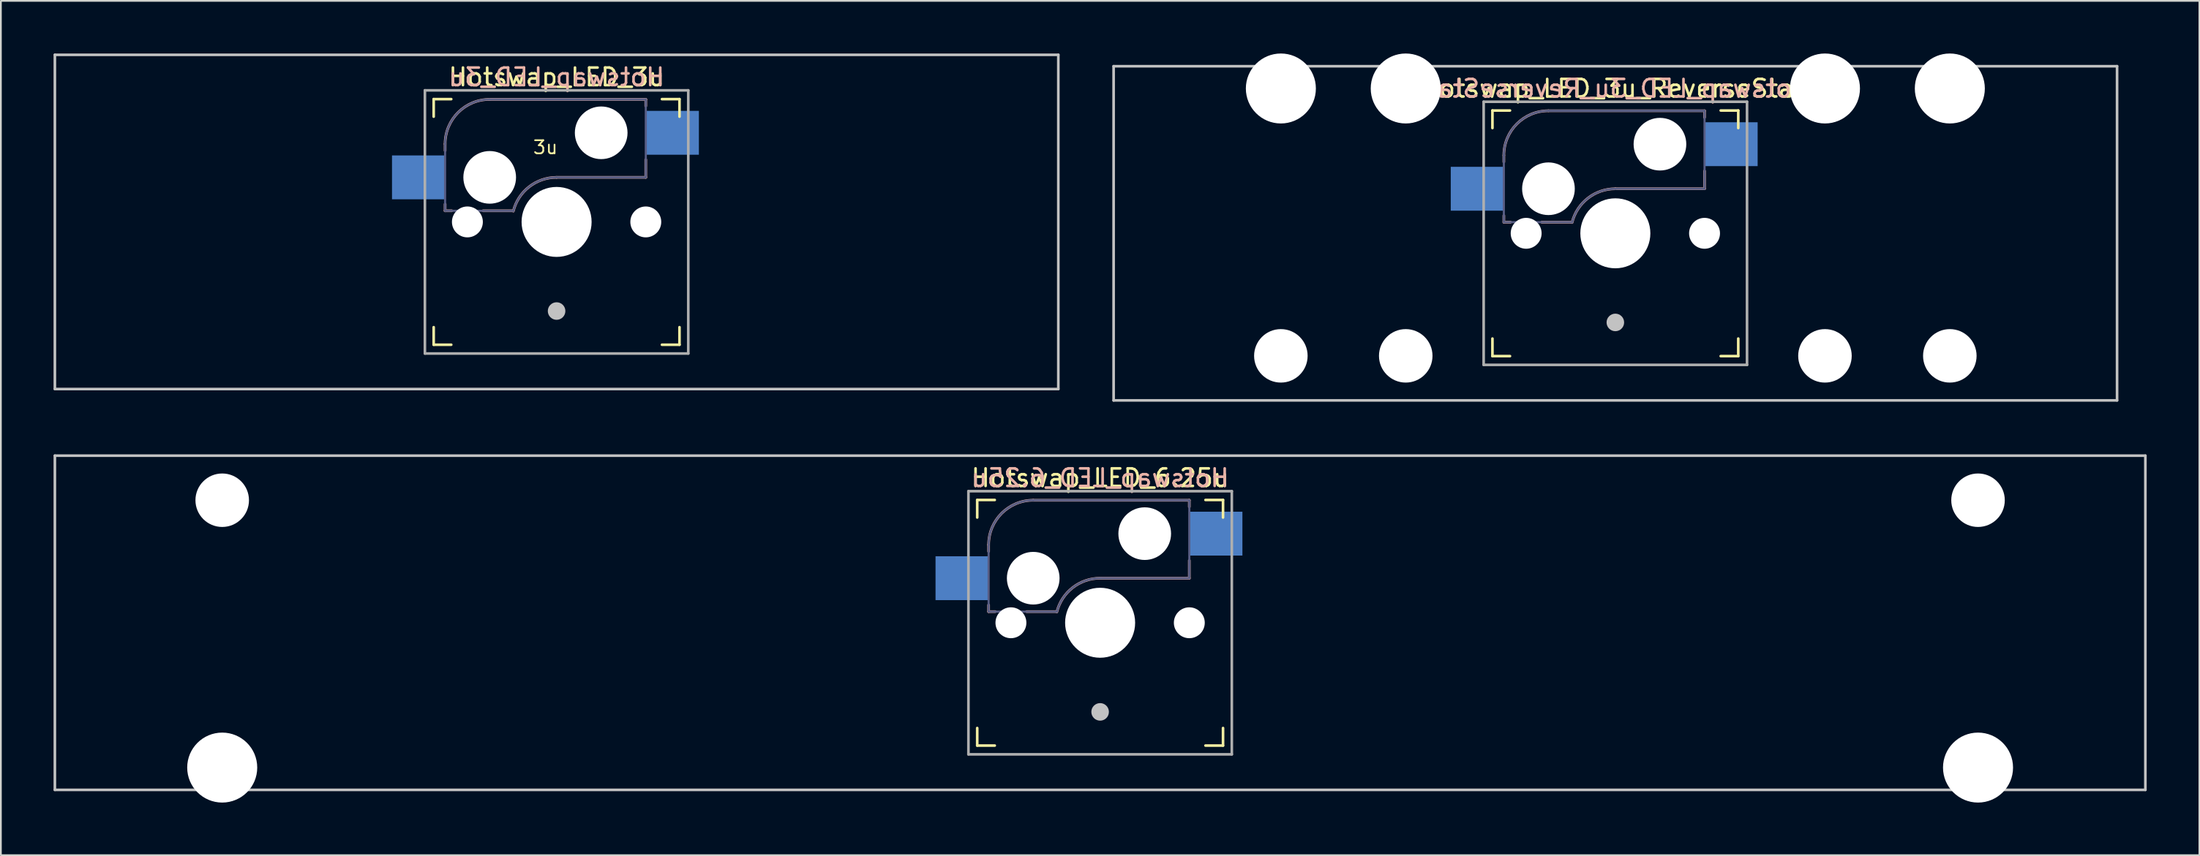
<source format=kicad_pcb>
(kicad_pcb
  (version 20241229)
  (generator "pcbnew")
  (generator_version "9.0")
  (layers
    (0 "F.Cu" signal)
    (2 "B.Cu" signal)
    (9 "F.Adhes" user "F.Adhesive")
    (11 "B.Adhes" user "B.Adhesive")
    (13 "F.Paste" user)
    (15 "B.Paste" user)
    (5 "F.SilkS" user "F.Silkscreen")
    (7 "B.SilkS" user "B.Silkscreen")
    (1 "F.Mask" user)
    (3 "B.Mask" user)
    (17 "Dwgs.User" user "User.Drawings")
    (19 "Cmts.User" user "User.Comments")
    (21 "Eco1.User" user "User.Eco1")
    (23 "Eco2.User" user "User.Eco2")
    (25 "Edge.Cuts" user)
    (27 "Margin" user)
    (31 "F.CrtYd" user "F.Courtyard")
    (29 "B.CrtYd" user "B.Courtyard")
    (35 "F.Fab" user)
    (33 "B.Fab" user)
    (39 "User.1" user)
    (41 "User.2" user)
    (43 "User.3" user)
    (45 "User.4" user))
  (footprint "Hotswap_LED_3u_ReverseStab"
    (layer "F.Cu")
    (at 88.95 10.249)
    (property "Reference" "Hotswap_LED_3u_ReverseStab" (at 0 -8.255 0) (layer "F.SilkS") (effects (font (size 1 1) (thickness 0.15))))
    (attr through_hole)
    (fp_line (start -7 -6) (end -7 -7) (stroke (width 0.15) (type solid)) (layer "F.SilkS"))
    (fp_line (start -7 7) (end -7 6) (stroke (width 0.15) (type solid)) (layer "F.SilkS"))
    (fp_line (start -7 7) (end -6 7) (stroke (width 0.15) (type solid)) (layer "F.SilkS"))
    (fp_line (start -6 -7) (end -7 -7) (stroke (width 0.15) (type solid)) (layer "F.SilkS"))
    (fp_line (start 6 7) (end 7 7) (stroke (width 0.15) (type solid)) (layer "F.SilkS"))
    (fp_line (start 7 -7) (end 6 -7) (stroke (width 0.15) (type solid)) (layer "F.SilkS"))
    (fp_line (start 7 -7) (end 7 -6) (stroke (width 0.15) (type solid)) (layer "F.SilkS"))
    (fp_line (start 7 6) (end 7 7) (stroke (width 0.15) (type solid)) (layer "F.SilkS"))
    (fp_line (start -6.35 -4.445) (end -6.35 -4.064) (stroke (width 0.15) (type solid)) (layer "B.SilkS"))
    (fp_line (start -6.35 -1.016) (end -6.35 -0.635) (stroke (width 0.15) (type solid)) (layer "B.SilkS"))
    (fp_line (start -6.35 -0.635) (end -5.969 -0.635) (stroke (width 0.15) (type solid)) (layer "B.SilkS"))
    (fp_line (start -4.191 -0.635) (end -2.54 -0.635) (stroke (width 0.15) (type solid)) (layer "B.SilkS"))
    (fp_line (start 0 -2.54) (end 5.08 -2.54) (stroke (width 0.15) (type solid)) (layer "B.SilkS"))
    (fp_line (start 5.08 -6.985) (end -3.81 -6.985) (stroke (width 0.15) (type solid)) (layer "B.SilkS"))
    (fp_line (start 5.08 -6.604) (end 5.08 -6.985) (stroke (width 0.15) (type solid)) (layer "B.SilkS"))
    (fp_line (start 5.08 -2.54) (end 5.08 -3.556) (stroke (width 0.15) (type solid)) (layer "B.SilkS"))
    (fp_arc (start -6.35 -4.445) (mid -5.606051 -6.241051) (end -3.81 -6.985) (stroke (width 0.15) (type solid)) (layer "B.SilkS"))
    (fp_arc (start -2.464162 -0.61604) (mid -1.563147 -2.002042) (end 0 -2.54) (stroke (width 0.15) (type solid)) (layer "B.SilkS"))
    (fp_line (start -28.575 -9.525) (end 28.575 -9.525) (stroke (width 0.15) (type solid)) (layer "Dwgs.User"))
    (fp_line (start -28.575 9.525) (end -28.575 -9.525) (stroke (width 0.15) (type solid)) (layer "Dwgs.User"))
    (fp_line (start -28.575 9.525) (end 28.575 9.525) (stroke (width 0.15) (type solid)) (layer "Dwgs.User"))
    (fp_line (start 28.575 -9.525) (end 28.575 9.525) (stroke (width 0.15) (type solid)) (layer "Dwgs.User"))
    (fp_line (start -20.701 -6.096) (end -20.701 5.334) (stroke (width 0.152) (type solid)) (layer "Eco2.User"))
    (fp_line (start -20.701 5.334) (end -17.399 5.334) (stroke (width 0.152) (type solid)) (layer "Eco2.User"))
    (fp_line (start -17.399 -6.096) (end -20.701 -6.096) (stroke (width 0.152) (type solid)) (layer "Eco2.User"))
    (fp_line (start -17.399 5.334) (end -17.399 -6.096) (stroke (width 0.152) (type solid)) (layer "Eco2.User"))
    (fp_line (start -13.589 -6.096) (end -13.589 5.334) (stroke (width 0.152) (type solid)) (layer "Eco2.User"))
    (fp_line (start -13.589 5.334) (end -10.287 5.334) (stroke (width 0.152) (type solid)) (layer "Eco2.User"))
    (fp_line (start -10.287 -6.096) (end -13.589 -6.096) (stroke (width 0.152) (type solid)) (layer "Eco2.User"))
    (fp_line (start -10.287 5.334) (end -10.287 -6.096) (stroke (width 0.152) (type solid)) (layer "Eco2.User"))
    (fp_line (start -6.9 6.9) (end -6.9 -6.9) (stroke (width 0.15) (type solid)) (layer "Eco2.User"))
    (fp_line (start -6.9 6.9) (end 6.9 6.9) (stroke (width 0.15) (type solid)) (layer "Eco2.User"))
    (fp_line (start 6.9 -6.9) (end -6.9 -6.9) (stroke (width 0.15) (type solid)) (layer "Eco2.User"))
    (fp_line (start 6.9 -6.9) (end 6.9 6.9) (stroke (width 0.15) (type solid)) (layer "Eco2.User"))
    (fp_line (start 10.287 -6.096) (end 10.287 5.334) (stroke (width 0.152) (type solid)) (layer "Eco2.User"))
    (fp_line (start 10.287 5.334) (end 13.589 5.334) (stroke (width 0.152) (type solid)) (layer "Eco2.User"))
    (fp_line (start 13.589 -6.096) (end 10.287 -6.096) (stroke (width 0.152) (type solid)) (layer "Eco2.User"))
    (fp_line (start 13.589 5.334) (end 13.589 -6.096) (stroke (width 0.152) (type solid)) (layer "Eco2.User"))
    (fp_line (start 17.399 -6.096) (end 17.399 5.334) (stroke (width 0.152) (type solid)) (layer "Eco2.User"))
    (fp_line (start 17.399 5.334) (end 20.701 5.334) (stroke (width 0.152) (type solid)) (layer "Eco2.User"))
    (fp_line (start 20.701 -6.096) (end 17.399 -6.096) (stroke (width 0.152) (type solid)) (layer "Eco2.User"))
    (fp_line (start 20.701 5.334) (end 20.701 -6.096) (stroke (width 0.152) (type solid)) (layer "Eco2.User"))
    (fp_line (start -6.35 -4.445) (end -6.35 -0.635) (stroke (width 0.12) (type solid)) (layer "B.Fab"))
    (fp_line (start -6.35 -0.635) (end -2.54 -0.635) (stroke (width 0.12) (type solid)) (layer "B.Fab"))
    (fp_line (start 0 -2.54) (end 5.08 -2.54) (stroke (width 0.12) (type solid)) (layer "B.Fab"))
    (fp_line (start 5.08 -6.985) (end -3.81 -6.985) (stroke (width 0.12) (type solid)) (layer "B.Fab"))
    (fp_line (start 5.08 -2.54) (end 5.08 -6.985) (stroke (width 0.12) (type solid)) (layer "B.Fab"))
    (fp_arc (start -6.35 -4.445) (mid -5.606051 -6.241051) (end -3.81 -6.985) (stroke (width 0.12) (type solid)) (layer "B.Fab"))
    (fp_arc (start -2.464162 -0.61604) (mid -1.563147 -2.002042) (end 0 -2.54) (stroke (width 0.12) (type solid)) (layer "B.Fab"))
    (fp_line (start -7.5 -7.5) (end 7.5 -7.5) (stroke (width 0.15) (type solid)) (layer "F.Fab"))
    (fp_line (start -7.5 7.5) (end -7.5 -7.5) (stroke (width 0.15) (type solid)) (layer "F.Fab"))
    (fp_line (start 7.5 -7.5) (end 7.5 7.5) (stroke (width 0.15) (type solid)) (layer "F.Fab"))
    (fp_line (start 7.5 7.5) (end -7.5 7.5) (stroke (width 0.15) (type solid)) (layer "F.Fab"))
    (fp_text user "${REFERENCE}" (at 0 -8.255 0) (layer "B.SilkS") (effects (font (size 1 1) (thickness 0.15)) (justify mirror)))
    (pad "" np_thru_hole circle (at -19.05 -8.255 180) (size 3.988 3.988) (drill 3.988) (layers "*.Cu" "*.Mask"))
    (pad "" np_thru_hole circle (at -19.05 6.985 180) (size 3.048 3.048) (drill 3.048) (layers "*.Cu" "*.Mask"))
    (pad "" np_thru_hole circle (at -11.938 -8.255 180) (size 3.988 3.988) (drill 3.988) (layers "*.Cu" "*.Mask"))
    (pad "" np_thru_hole circle (at -11.938 6.985 180) (size 3.048 3.048) (drill 3.048) (layers "*.Cu" "*.Mask"))
    (pad "" np_thru_hole circle (at -5.08 0 180) (size 1.76 1.76) (drill 1.76) (layers "*.Cu" "*.Mask"))
    (pad "" np_thru_hole circle (at -3.81 -2.54 180) (size 3 3) (drill 3) (layers "*.Cu" "*.Mask"))
    (pad "" np_thru_hole circle (at 0 0 180) (size 3.988 3.988) (drill 3.988) (layers "*.Cu" "*.Mask"))
    (pad "" smd circle (at 0 5.08 180) (size 1 1) (layers "Dwgs.User"))
    (pad "" np_thru_hole circle (at 2.54 -5.08 180) (size 3 3) (drill 3) (layers "*.Cu" "*.Mask"))
    (pad "" np_thru_hole circle (at 5.08 0 180) (size 1.76 1.76) (drill 1.76) (layers "*.Cu" "*.Mask"))
    (pad "" np_thru_hole circle (at 11.938 -8.255 180) (size 3.988 3.988) (drill 3.988) (layers "*.Cu" "*.Mask"))
    (pad "" np_thru_hole circle (at 11.938 6.985 180) (size 3.048 3.048) (drill 3.048) (layers "*.Cu" "*.Mask"))
    (pad "" np_thru_hole circle (at 19.05 -8.255 180) (size 3.988 3.988) (drill 3.988) (layers "*.Cu" "*.Mask"))
    (pad "" np_thru_hole circle (at 19.05 6.985 180) (size 3.048 3.048) (drill 3.048) (layers "*.Cu" "*.Mask"))
    (pad "1" smd rect (at -7.874 -2.54 180) (size 3 2.5) (layers "B.Cu" "B.Mask" "B.Paste"))
    (pad "2" smd rect (at 6.604 -5.08 180) (size 3 2.5) (layers "B.Cu" "B.Mask" "B.Paste")))
  (footprint "Hotswap_LED_6.25u"
    (layer "F.Cu")
    (at 59.606 32.449)
    (property "Reference" "Hotswap_LED_6.25u" (at 0 -8.255 0) (layer "F.SilkS") (effects (font (size 1 1) (thickness 0.15))))
    (attr through_hole)
    (fp_line (start -7 -6) (end -7 -7) (stroke (width 0.15) (type solid)) (layer "F.SilkS"))
    (fp_line (start -7 7) (end -7 6) (stroke (width 0.15) (type solid)) (layer "F.SilkS"))
    (fp_line (start -7 7) (end -6 7) (stroke (width 0.15) (type solid)) (layer "F.SilkS"))
    (fp_line (start -6 -7) (end -7 -7) (stroke (width 0.15) (type solid)) (layer "F.SilkS"))
    (fp_line (start 6 7) (end 7 7) (stroke (width 0.15) (type solid)) (layer "F.SilkS"))
    (fp_line (start 7 -7) (end 6 -7) (stroke (width 0.15) (type solid)) (layer "F.SilkS"))
    (fp_line (start 7 -7) (end 7 -6) (stroke (width 0.15) (type solid)) (layer "F.SilkS"))
    (fp_line (start 7 6) (end 7 7) (stroke (width 0.15) (type solid)) (layer "F.SilkS"))
    (fp_line (start -6.35 -4.445) (end -6.35 -4.064) (stroke (width 0.15) (type solid)) (layer "B.SilkS"))
    (fp_line (start -6.35 -1.016) (end -6.35 -0.635) (stroke (width 0.15) (type solid)) (layer "B.SilkS"))
    (fp_line (start -6.35 -0.635) (end -5.969 -0.635) (stroke (width 0.15) (type solid)) (layer "B.SilkS"))
    (fp_line (start -4.191 -0.635) (end -2.54 -0.635) (stroke (width 0.15) (type solid)) (layer "B.SilkS"))
    (fp_line (start 0 -2.54) (end 5.08 -2.54) (stroke (width 0.15) (type solid)) (layer "B.SilkS"))
    (fp_line (start 5.08 -6.985) (end -3.81 -6.985) (stroke (width 0.15) (type solid)) (layer "B.SilkS"))
    (fp_line (start 5.08 -6.604) (end 5.08 -6.985) (stroke (width 0.15) (type solid)) (layer "B.SilkS"))
    (fp_line (start 5.08 -2.54) (end 5.08 -3.556) (stroke (width 0.15) (type solid)) (layer "B.SilkS"))
    (fp_arc (start -6.35 -4.445) (mid -5.606051 -6.241051) (end -3.81 -6.985) (stroke (width 0.15) (type solid)) (layer "B.SilkS"))
    (fp_arc (start -2.464162 -0.61604) (mid -1.563147 -2.002042) (end 0 -2.54) (stroke (width 0.15) (type solid)) (layer "B.SilkS"))
    (fp_line (start -59.531 -9.525) (end 59.531 -9.525) (stroke (width 0.15) (type solid)) (layer "Dwgs.User"))
    (fp_line (start -59.531 9.525) (end -59.531 -9.525) (stroke (width 0.15) (type solid)) (layer "Dwgs.User"))
    (fp_line (start -59.531 9.525) (end 59.531 9.525) (stroke (width 0.15) (type solid)) (layer "Dwgs.User"))
    (fp_line (start 59.531 -9.525) (end 59.531 9.525) (stroke (width 0.15) (type solid)) (layer "Dwgs.User"))
    (fp_line (start -51.651 -5.334) (end -51.651 6.096) (stroke (width 0.152) (type solid)) (layer "Eco2.User"))
    (fp_line (start -51.651 6.096) (end -48.349 6.096) (stroke (width 0.152) (type solid)) (layer "Eco2.User"))
    (fp_line (start -48.349 -5.334) (end -51.651 -5.334) (stroke (width 0.152) (type solid)) (layer "Eco2.User"))
    (fp_line (start -48.349 6.096) (end -48.349 -5.334) (stroke (width 0.152) (type solid)) (layer "Eco2.User"))
    (fp_line (start -6.9 6.9) (end -6.9 -6.9) (stroke (width 0.15) (type solid)) (layer "Eco2.User"))
    (fp_line (start -6.9 6.9) (end 6.9 6.9) (stroke (width 0.15) (type solid)) (layer "Eco2.User"))
    (fp_line (start 6.9 -6.9) (end -6.9 -6.9) (stroke (width 0.15) (type solid)) (layer "Eco2.User"))
    (fp_line (start 6.9 -6.9) (end 6.9 6.9) (stroke (width 0.15) (type solid)) (layer "Eco2.User"))
    (fp_line (start 48.349 -5.334) (end 48.349 6.096) (stroke (width 0.152) (type solid)) (layer "Eco2.User"))
    (fp_line (start 48.349 6.096) (end 51.651 6.096) (stroke (width 0.152) (type solid)) (layer "Eco2.User"))
    (fp_line (start 51.651 -5.334) (end 48.349 -5.334) (stroke (width 0.152) (type solid)) (layer "Eco2.User"))
    (fp_line (start 51.651 6.096) (end 51.651 -5.334) (stroke (width 0.152) (type solid)) (layer "Eco2.User"))
    (fp_line (start -6.35 -4.445) (end -6.35 -0.635) (stroke (width 0.12) (type solid)) (layer "B.Fab"))
    (fp_line (start -6.35 -0.635) (end -2.54 -0.635) (stroke (width 0.12) (type solid)) (layer "B.Fab"))
    (fp_line (start 0 -2.54) (end 5.08 -2.54) (stroke (width 0.12) (type solid)) (layer "B.Fab"))
    (fp_line (start 5.08 -6.985) (end -3.81 -6.985) (stroke (width 0.12) (type solid)) (layer "B.Fab"))
    (fp_line (start 5.08 -2.54) (end 5.08 -6.985) (stroke (width 0.12) (type solid)) (layer "B.Fab"))
    (fp_arc (start -6.35 -4.445) (mid -5.606051 -6.241051) (end -3.81 -6.985) (stroke (width 0.12) (type solid)) (layer "B.Fab"))
    (fp_arc (start -2.464162 -0.61604) (mid -1.563147 -2.002042) (end 0 -2.54) (stroke (width 0.12) (type solid)) (layer "B.Fab"))
    (fp_line (start -7.5 -7.5) (end 7.5 -7.5) (stroke (width 0.15) (type solid)) (layer "F.Fab"))
    (fp_line (start -7.5 7.5) (end -7.5 -7.5) (stroke (width 0.15) (type solid)) (layer "F.Fab"))
    (fp_line (start 7.5 -7.5) (end 7.5 7.5) (stroke (width 0.15) (type solid)) (layer "F.Fab"))
    (fp_line (start 7.5 7.5) (end -7.5 7.5) (stroke (width 0.15) (type solid)) (layer "F.Fab"))
    (fp_text user "${REFERENCE}" (at 0 -8.255 0) (layer "B.SilkS") (effects (font (size 1 1) (thickness 0.15)) (justify mirror)))
    (pad "" np_thru_hole circle (at -50 -6.985) (size 3.048 3.048) (drill 3.048) (layers "*.Cu" "*.Mask"))
    (pad "" np_thru_hole circle (at -50 8.255) (size 3.988 3.988) (drill 3.988) (layers "*.Cu" "*.Mask"))
    (pad "" np_thru_hole circle (at -5.08 0 180) (size 1.76 1.76) (drill 1.76) (layers "*.Cu" "*.Mask"))
    (pad "" np_thru_hole circle (at -3.81 -2.54 180) (size 3 3) (drill 3) (layers "*.Cu" "*.Mask"))
    (pad "" np_thru_hole circle (at 0 0 180) (size 3.988 3.988) (drill 3.988) (layers "*.Cu" "*.Mask"))
    (pad "" smd circle (at 0 5.08 180) (size 1 1) (layers "Dwgs.User"))
    (pad "" np_thru_hole circle (at 2.54 -5.08 180) (size 3 3) (drill 3) (layers "*.Cu" "*.Mask"))
    (pad "" np_thru_hole circle (at 5.08 0 180) (size 1.76 1.76) (drill 1.76) (layers "*.Cu" "*.Mask"))
    (pad "" np_thru_hole circle (at 50 -6.985) (size 3.048 3.048) (drill 3.048) (layers "*.Cu" "*.Mask"))
    (pad "" np_thru_hole circle (at 50 8.255) (size 3.988 3.988) (drill 3.988) (layers "*.Cu" "*.Mask"))
    (pad "1" smd rect (at -7.874 -2.54 180) (size 3 2.5) (layers "B.Cu" "B.Mask" "B.Paste"))
    (pad "2" smd rect (at 6.604 -5.08 180) (size 3 2.5) (layers "B.Cu" "B.Mask" "B.Paste")))
  (footprint "Hotswap_LED_3u"
    (layer "F.Cu")
    (at 28.65 9.6)
    (property "Reference" "Hotswap_LED_3u" (at 0 -8.255 0) (layer "F.SilkS") (effects (font (size 1 1) (thickness 0.15))))
    (attr through_hole)
    (fp_line (start -7 -6) (end -7 -7) (stroke (width 0.15) (type solid)) (layer "F.SilkS"))
    (fp_line (start -7 7) (end -7 6) (stroke (width 0.15) (type solid)) (layer "F.SilkS"))
    (fp_line (start -7 7) (end -6 7) (stroke (width 0.15) (type solid)) (layer "F.SilkS"))
    (fp_line (start -6 -7) (end -7 -7) (stroke (width 0.15) (type solid)) (layer "F.SilkS"))
    (fp_line (start 6 7) (end 7 7) (stroke (width 0.15) (type solid)) (layer "F.SilkS"))
    (fp_line (start 7 -7) (end 6 -7) (stroke (width 0.15) (type solid)) (layer "F.SilkS"))
    (fp_line (start 7 -7) (end 7 -6) (stroke (width 0.15) (type solid)) (layer "F.SilkS"))
    (fp_line (start 7 6) (end 7 7) (stroke (width 0.15) (type solid)) (layer "F.SilkS"))
    (fp_line (start -6.35 -4.445) (end -6.35 -4.064) (stroke (width 0.15) (type solid)) (layer "B.SilkS"))
    (fp_line (start -6.35 -1.016) (end -6.35 -0.635) (stroke (width 0.15) (type solid)) (layer "B.SilkS"))
    (fp_line (start -6.35 -0.635) (end -5.969 -0.635) (stroke (width 0.15) (type solid)) (layer "B.SilkS"))
    (fp_line (start -4.191 -0.635) (end -2.54 -0.635) (stroke (width 0.15) (type solid)) (layer "B.SilkS"))
    (fp_line (start 0 -2.54) (end 5.08 -2.54) (stroke (width 0.15) (type solid)) (layer "B.SilkS"))
    (fp_line (start 5.08 -6.985) (end -3.81 -6.985) (stroke (width 0.15) (type solid)) (layer "B.SilkS"))
    (fp_line (start 5.08 -6.604) (end 5.08 -6.985) (stroke (width 0.15) (type solid)) (layer "B.SilkS"))
    (fp_line (start 5.08 -2.54) (end 5.08 -3.556) (stroke (width 0.15) (type solid)) (layer "B.SilkS"))
    (fp_arc (start -6.35 -4.445) (mid -5.606051 -6.241051) (end -3.81 -6.985) (stroke (width 0.15) (type solid)) (layer "B.SilkS"))
    (fp_arc (start -2.464162 -0.61604) (mid -1.563147 -2.002042) (end 0 -2.54) (stroke (width 0.15) (type solid)) (layer "B.SilkS"))
    (fp_line (start -28.575 -9.525) (end 28.575 -9.525) (stroke (width 0.15) (type solid)) (layer "Dwgs.User"))
    (fp_line (start -28.575 9.525) (end -28.575 -9.525) (stroke (width 0.15) (type solid)) (layer "Dwgs.User"))
    (fp_line (start -28.575 9.525) (end 28.575 9.525) (stroke (width 0.15) (type solid)) (layer "Dwgs.User"))
    (fp_line (start 28.575 -9.525) (end 28.575 9.525) (stroke (width 0.15) (type solid)) (layer "Dwgs.User"))
    (fp_line (start -6.9 6.9) (end -6.9 -6.9) (stroke (width 0.15) (type solid)) (layer "Eco2.User"))
    (fp_line (start -6.9 6.9) (end 6.9 6.9) (stroke (width 0.15) (type solid)) (layer "Eco2.User"))
    (fp_line (start 6.9 -6.9) (end -6.9 -6.9) (stroke (width 0.15) (type solid)) (layer "Eco2.User"))
    (fp_line (start 6.9 -6.9) (end 6.9 6.9) (stroke (width 0.15) (type solid)) (layer "Eco2.User"))
    (fp_line (start -6.35 -4.445) (end -6.35 -0.635) (stroke (width 0.12) (type solid)) (layer "B.Fab"))
    (fp_line (start -6.35 -0.635) (end -2.54 -0.635) (stroke (width 0.12) (type solid)) (layer "B.Fab"))
    (fp_line (start 0 -2.54) (end 5.08 -2.54) (stroke (width 0.12) (type solid)) (layer "B.Fab"))
    (fp_line (start 5.08 -6.985) (end -3.81 -6.985) (stroke (width 0.12) (type solid)) (layer "B.Fab"))
    (fp_line (start 5.08 -2.54) (end 5.08 -6.985) (stroke (width 0.12) (type solid)) (layer "B.Fab"))
    (fp_arc (start -6.35 -4.445) (mid -5.606051 -6.241051) (end -3.81 -6.985) (stroke (width 0.12) (type solid)) (layer "B.Fab"))
    (fp_arc (start -2.464162 -0.61604) (mid -1.563147 -2.002042) (end 0 -2.54) (stroke (width 0.12) (type solid)) (layer "B.Fab"))
    (fp_line (start -7.5 -7.5) (end 7.5 -7.5) (stroke (width 0.15) (type solid)) (layer "F.Fab"))
    (fp_line (start -7.5 7.5) (end -7.5 -7.5) (stroke (width 0.15) (type solid)) (layer "F.Fab"))
    (fp_line (start 7.5 -7.5) (end 7.5 7.5) (stroke (width 0.15) (type solid)) (layer "F.Fab"))
    (fp_line (start 7.5 7.5) (end -7.5 7.5) (stroke (width 0.15) (type solid)) (layer "F.Fab"))
    (fp_text user "3u" (at -0.635 -3.81 0) (unlocked yes) (layer "F.SilkS") (effects (font (size 0.75 0.75) (thickness 0.1)) (justify bottom)))
    (fp_text user "${REFERENCE}" (at 0 -8.255 0) (layer "B.SilkS") (effects (font (size 1 1) (thickness 0.15)) (justify mirror)))
    (pad "" np_thru_hole circle (at -5.08 0 180) (size 1.76 1.76) (drill 1.76) (layers "*.Cu" "*.Mask"))
    (pad "" np_thru_hole circle (at -3.81 -2.54 180) (size 3 3) (drill 3) (layers "*.Cu" "*.Mask"))
    (pad "" np_thru_hole circle (at 0 0 180) (size 3.988 3.988) (drill 3.988) (layers "*.Cu" "*.Mask"))
    (pad "" smd circle (at 0 5.08 180) (size 1 1) (layers "Dwgs.User"))
    (pad "" np_thru_hole circle (at 2.54 -5.08 180) (size 3 3) (drill 3) (layers "*.Cu" "*.Mask"))
    (pad "" np_thru_hole circle (at 5.08 0 180) (size 1.76 1.76) (drill 1.76) (layers "*.Cu" "*.Mask"))
    (pad "1" smd rect (at -7.874 -2.54 180) (size 3 2.5) (layers "B.Cu" "B.Mask" "B.Paste"))
    (pad "2" smd rect (at 6.604 -5.08 180) (size 3 2.5) (layers "B.Cu" "B.Mask" "B.Paste")))
  (gr_rect
    (start -3 -3)
    (end 122.213 45.698)
    (stroke (width 0.1) (type default))
    (fill no)
    (layer "Edge.Cuts")))
</source>
